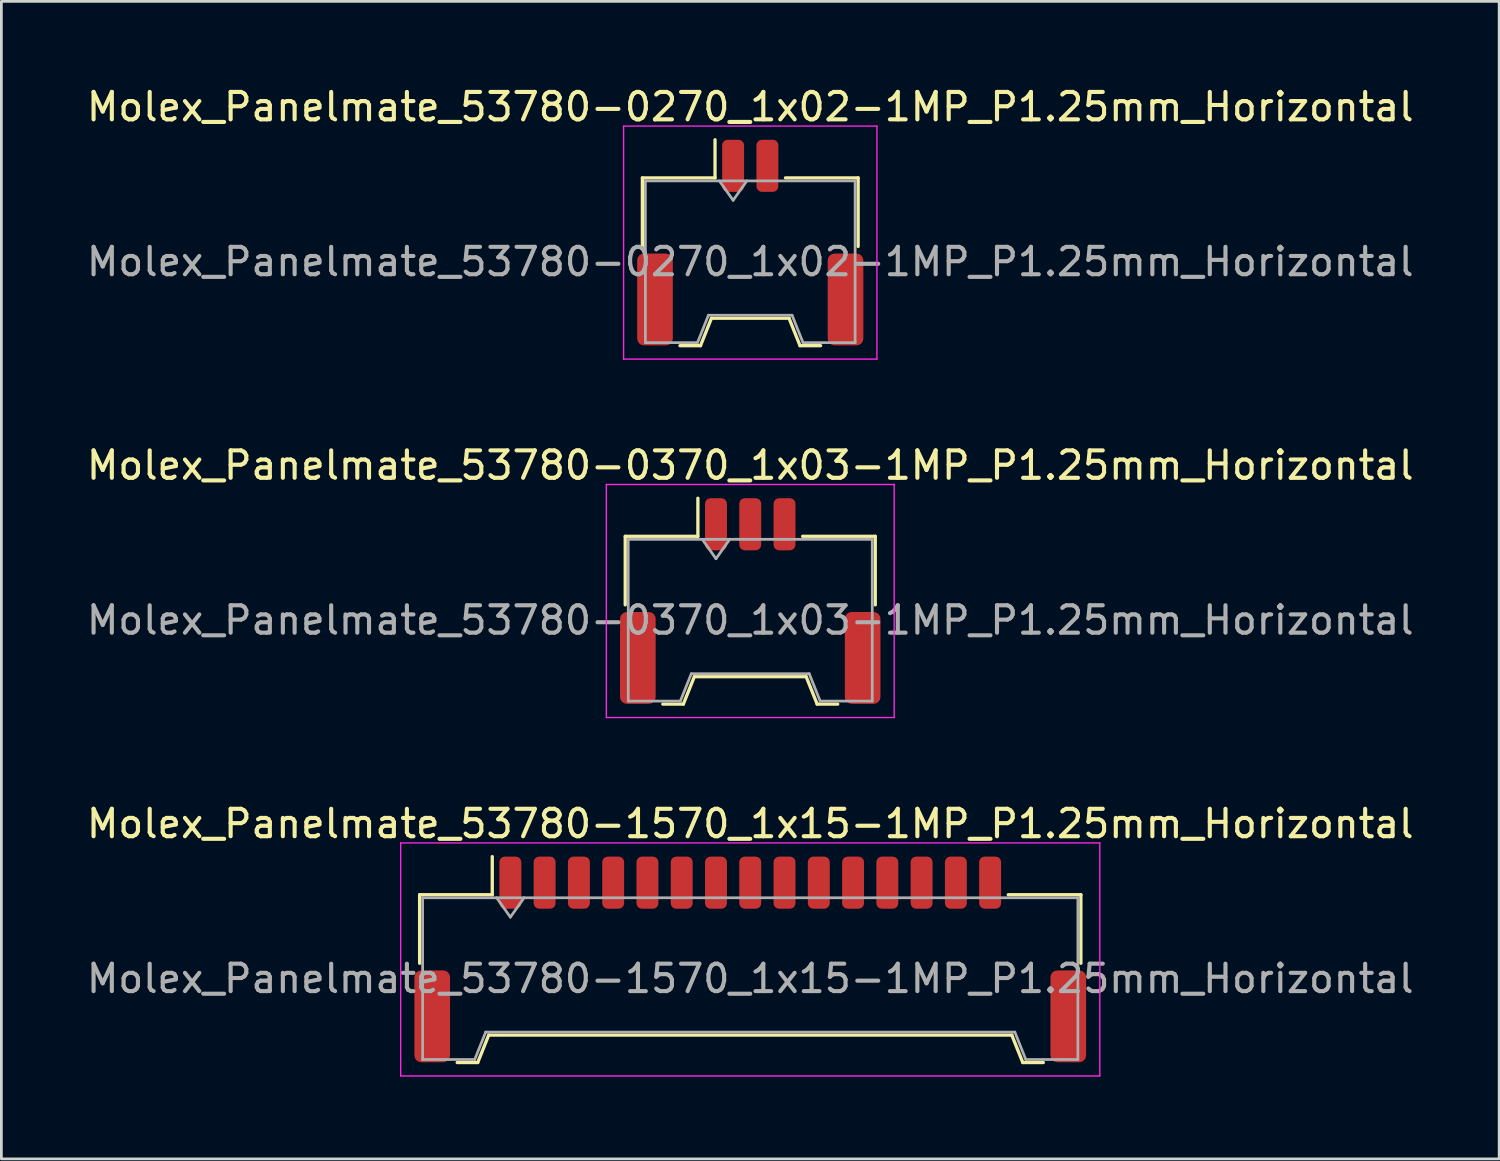
<source format=kicad_pcb>
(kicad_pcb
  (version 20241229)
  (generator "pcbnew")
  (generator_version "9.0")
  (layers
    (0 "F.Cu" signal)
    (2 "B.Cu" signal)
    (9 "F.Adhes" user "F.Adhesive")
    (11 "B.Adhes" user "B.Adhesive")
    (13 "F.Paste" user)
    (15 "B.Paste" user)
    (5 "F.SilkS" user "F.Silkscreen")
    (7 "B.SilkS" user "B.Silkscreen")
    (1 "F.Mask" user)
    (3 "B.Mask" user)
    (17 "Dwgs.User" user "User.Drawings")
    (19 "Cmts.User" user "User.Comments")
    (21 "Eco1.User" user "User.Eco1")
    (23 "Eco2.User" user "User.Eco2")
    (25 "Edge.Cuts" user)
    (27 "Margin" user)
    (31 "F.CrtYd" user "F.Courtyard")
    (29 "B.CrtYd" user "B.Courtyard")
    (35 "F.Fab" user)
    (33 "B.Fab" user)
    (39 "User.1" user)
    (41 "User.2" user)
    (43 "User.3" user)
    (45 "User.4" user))
  (footprint "Molex_Panelmate_53780-0370_1x03-1MP_P1.25mm_Horizontal"
    (layer "F.Cu")
    (at 24.315 18.872)
    (property "Reference" "Molex_Panelmate_53780-0370_1x03-1MP_P1.25mm_Horizontal" (at 0 -4.95 0) (layer "F.SilkS") (effects (font (size 1 1) (thickness 0.15))))
    (attr smd)
    (fp_line (start -4.56 -2.36) (end -1.91 -2.36) (stroke (width 0.12) (type solid)) (layer "F.SilkS"))
    (fp_line (start -4.56 0.14) (end -4.56 -2.36) (stroke (width 0.12) (type solid)) (layer "F.SilkS"))
    (fp_line (start -3.19 3.76) (end -2.44 3.76) (stroke (width 0.12) (type solid)) (layer "F.SilkS"))
    (fp_line (start -2.44 3.76) (end -2.04 2.76) (stroke (width 0.12) (type solid)) (layer "F.SilkS"))
    (fp_line (start -2.04 2.76) (end 2.04 2.76) (stroke (width 0.12) (type solid)) (layer "F.SilkS"))
    (fp_line (start -1.91 -2.36) (end -1.91 -3.75) (stroke (width 0.12) (type solid)) (layer "F.SilkS"))
    (fp_line (start 2.04 2.76) (end 2.44 3.76) (stroke (width 0.12) (type solid)) (layer "F.SilkS"))
    (fp_line (start 2.44 3.76) (end 3.19 3.76) (stroke (width 0.12) (type solid)) (layer "F.SilkS"))
    (fp_line (start 4.56 -2.36) (end 1.91 -2.36) (stroke (width 0.12) (type solid)) (layer "F.SilkS"))
    (fp_line (start 4.56 0.14) (end 4.56 -2.36) (stroke (width 0.12) (type solid)) (layer "F.SilkS"))
    (fp_line (start -5.25 -4.25) (end -5.25 4.25) (stroke (width 0.05) (type solid)) (layer "F.CrtYd"))
    (fp_line (start -5.25 4.25) (end 5.25 4.25) (stroke (width 0.05) (type solid)) (layer "F.CrtYd"))
    (fp_line (start 5.25 -4.25) (end -5.25 -4.25) (stroke (width 0.05) (type solid)) (layer "F.CrtYd"))
    (fp_line (start 5.25 4.25) (end 5.25 -4.25) (stroke (width 0.05) (type solid)) (layer "F.CrtYd"))
    (fp_line (start -4.45 -2.25) (end -4.45 3.65) (stroke (width 0.1) (type solid)) (layer "F.Fab"))
    (fp_line (start -4.45 -2.25) (end 4.45 -2.25) (stroke (width 0.1) (type solid)) (layer "F.Fab"))
    (fp_line (start -4.45 3.65) (end -2.55 3.65) (stroke (width 0.1) (type solid)) (layer "F.Fab"))
    (fp_line (start -2.55 3.65) (end -2.15 2.65) (stroke (width 0.1) (type solid)) (layer "F.Fab"))
    (fp_line (start -2.15 2.65) (end 2.15 2.65) (stroke (width 0.1) (type solid)) (layer "F.Fab"))
    (fp_line (start -1.75 -2.25) (end -1.25 -1.543) (stroke (width 0.1) (type solid)) (layer "F.Fab"))
    (fp_line (start -1.25 -1.543) (end -0.75 -2.25) (stroke (width 0.1) (type solid)) (layer "F.Fab"))
    (fp_line (start 2.15 2.65) (end 2.55 3.65) (stroke (width 0.1) (type solid)) (layer "F.Fab"))
    (fp_line (start 2.55 3.65) (end 4.45 3.65) (stroke (width 0.1) (type solid)) (layer "F.Fab"))
    (fp_line (start 4.45 -2.25) (end 4.45 3.65) (stroke (width 0.1) (type solid)) (layer "F.Fab"))
    (fp_text user "${REFERENCE}" (at 0 0.7 0) (layer "F.Fab") (effects (font (size 1 1) (thickness 0.15))))
    (pad "1" smd roundrect (at -1.25 -2.8) (size 0.8 1.9) (layers "F.Cu" "F.Mask" "F.Paste") (roundrect_rratio 0.25))
    (pad "2" smd roundrect (at 0 -2.8) (size 0.8 1.9) (layers "F.Cu" "F.Mask" "F.Paste") (roundrect_rratio 0.25))
    (pad "3" smd roundrect (at 1.25 -2.8) (size 0.8 1.9) (layers "F.Cu" "F.Mask" "F.Paste") (roundrect_rratio 0.25))
    (pad "MP" smd roundrect (at -4.1 2.075) (size 1.3 3.35) (layers "F.Cu" "F.Mask" "F.Paste") (roundrect_rratio 0.192))
    (pad "MP" smd roundrect (at 4.1 2.075) (size 1.3 3.35) (layers "F.Cu" "F.Mask" "F.Paste") (roundrect_rratio 0.192)))
  (footprint "Molex_Panelmate_53780-1570_1x15-1MP_P1.25mm_Horizontal"
    (layer "F.Cu")
    (at 24.315 31.945)
    (property "Reference" "Molex_Panelmate_53780-1570_1x15-1MP_P1.25mm_Horizontal" (at 0 -4.95 0) (layer "F.SilkS") (effects (font (size 1 1) (thickness 0.15))))
    (attr smd)
    (fp_line (start -12.06 -2.36) (end -9.41 -2.36) (stroke (width 0.12) (type solid)) (layer "F.SilkS"))
    (fp_line (start -12.06 0.14) (end -12.06 -2.36) (stroke (width 0.12) (type solid)) (layer "F.SilkS"))
    (fp_line (start -10.69 3.76) (end -9.94 3.76) (stroke (width 0.12) (type solid)) (layer "F.SilkS"))
    (fp_line (start -9.94 3.76) (end -9.54 2.76) (stroke (width 0.12) (type solid)) (layer "F.SilkS"))
    (fp_line (start -9.54 2.76) (end 9.54 2.76) (stroke (width 0.12) (type solid)) (layer "F.SilkS"))
    (fp_line (start -9.41 -2.36) (end -9.41 -3.75) (stroke (width 0.12) (type solid)) (layer "F.SilkS"))
    (fp_line (start 9.54 2.76) (end 9.94 3.76) (stroke (width 0.12) (type solid)) (layer "F.SilkS"))
    (fp_line (start 9.94 3.76) (end 10.69 3.76) (stroke (width 0.12) (type solid)) (layer "F.SilkS"))
    (fp_line (start 12.06 -2.36) (end 9.41 -2.36) (stroke (width 0.12) (type solid)) (layer "F.SilkS"))
    (fp_line (start 12.06 0.14) (end 12.06 -2.36) (stroke (width 0.12) (type solid)) (layer "F.SilkS"))
    (fp_line (start -12.75 -4.25) (end -12.75 4.25) (stroke (width 0.05) (type solid)) (layer "F.CrtYd"))
    (fp_line (start -12.75 4.25) (end 12.75 4.25) (stroke (width 0.05) (type solid)) (layer "F.CrtYd"))
    (fp_line (start 12.75 -4.25) (end -12.75 -4.25) (stroke (width 0.05) (type solid)) (layer "F.CrtYd"))
    (fp_line (start 12.75 4.25) (end 12.75 -4.25) (stroke (width 0.05) (type solid)) (layer "F.CrtYd"))
    (fp_line (start -11.95 -2.25) (end -11.95 3.65) (stroke (width 0.1) (type solid)) (layer "F.Fab"))
    (fp_line (start -11.95 -2.25) (end 11.95 -2.25) (stroke (width 0.1) (type solid)) (layer "F.Fab"))
    (fp_line (start -11.95 3.65) (end -10.05 3.65) (stroke (width 0.1) (type solid)) (layer "F.Fab"))
    (fp_line (start -10.05 3.65) (end -9.65 2.65) (stroke (width 0.1) (type solid)) (layer "F.Fab"))
    (fp_line (start -9.65 2.65) (end 9.65 2.65) (stroke (width 0.1) (type solid)) (layer "F.Fab"))
    (fp_line (start -9.25 -2.25) (end -8.75 -1.543) (stroke (width 0.1) (type solid)) (layer "F.Fab"))
    (fp_line (start -8.75 -1.543) (end -8.25 -2.25) (stroke (width 0.1) (type solid)) (layer "F.Fab"))
    (fp_line (start 9.65 2.65) (end 10.05 3.65) (stroke (width 0.1) (type solid)) (layer "F.Fab"))
    (fp_line (start 10.05 3.65) (end 11.95 3.65) (stroke (width 0.1) (type solid)) (layer "F.Fab"))
    (fp_line (start 11.95 -2.25) (end 11.95 3.65) (stroke (width 0.1) (type solid)) (layer "F.Fab"))
    (fp_text user "${REFERENCE}" (at 0 0.7 0) (layer "F.Fab") (effects (font (size 1 1) (thickness 0.15))))
    (pad "1" smd roundrect (at -8.75 -2.8) (size 0.8 1.9) (layers "F.Cu" "F.Mask" "F.Paste") (roundrect_rratio 0.25))
    (pad "2" smd roundrect (at -7.5 -2.8) (size 0.8 1.9) (layers "F.Cu" "F.Mask" "F.Paste") (roundrect_rratio 0.25))
    (pad "3" smd roundrect (at -6.25 -2.8) (size 0.8 1.9) (layers "F.Cu" "F.Mask" "F.Paste") (roundrect_rratio 0.25))
    (pad "4" smd roundrect (at -5 -2.8) (size 0.8 1.9) (layers "F.Cu" "F.Mask" "F.Paste") (roundrect_rratio 0.25))
    (pad "5" smd roundrect (at -3.75 -2.8) (size 0.8 1.9) (layers "F.Cu" "F.Mask" "F.Paste") (roundrect_rratio 0.25))
    (pad "6" smd roundrect (at -2.5 -2.8) (size 0.8 1.9) (layers "F.Cu" "F.Mask" "F.Paste") (roundrect_rratio 0.25))
    (pad "7" smd roundrect (at -1.25 -2.8) (size 0.8 1.9) (layers "F.Cu" "F.Mask" "F.Paste") (roundrect_rratio 0.25))
    (pad "8" smd roundrect (at 0 -2.8) (size 0.8 1.9) (layers "F.Cu" "F.Mask" "F.Paste") (roundrect_rratio 0.25))
    (pad "9" smd roundrect (at 1.25 -2.8) (size 0.8 1.9) (layers "F.Cu" "F.Mask" "F.Paste") (roundrect_rratio 0.25))
    (pad "10" smd roundrect (at 2.5 -2.8) (size 0.8 1.9) (layers "F.Cu" "F.Mask" "F.Paste") (roundrect_rratio 0.25))
    (pad "11" smd roundrect (at 3.75 -2.8) (size 0.8 1.9) (layers "F.Cu" "F.Mask" "F.Paste") (roundrect_rratio 0.25))
    (pad "12" smd roundrect (at 5 -2.8) (size 0.8 1.9) (layers "F.Cu" "F.Mask" "F.Paste") (roundrect_rratio 0.25))
    (pad "13" smd roundrect (at 6.25 -2.8) (size 0.8 1.9) (layers "F.Cu" "F.Mask" "F.Paste") (roundrect_rratio 0.25))
    (pad "14" smd roundrect (at 7.5 -2.8) (size 0.8 1.9) (layers "F.Cu" "F.Mask" "F.Paste") (roundrect_rratio 0.25))
    (pad "15" smd roundrect (at 8.75 -2.8) (size 0.8 1.9) (layers "F.Cu" "F.Mask" "F.Paste") (roundrect_rratio 0.25))
    (pad "MP" smd roundrect (at -11.6 2.075) (size 1.3 3.35) (layers "F.Cu" "F.Mask" "F.Paste") (roundrect_rratio 0.192))
    (pad "MP" smd roundrect (at 11.6 2.075) (size 1.3 3.35) (layers "F.Cu" "F.Mask" "F.Paste") (roundrect_rratio 0.192)))
  (footprint "Molex_Panelmate_53780-0270_1x02-1MP_P1.25mm_Horizontal"
    (layer "F.Cu")
    (at 24.315 5.798)
    (property "Reference" "Molex_Panelmate_53780-0270_1x02-1MP_P1.25mm_Horizontal" (at 0 -4.95 0) (layer "F.SilkS") (effects (font (size 1 1) (thickness 0.15))))
    (attr smd)
    (fp_line (start -3.935 -2.36) (end -1.285 -2.36) (stroke (width 0.12) (type solid)) (layer "F.SilkS"))
    (fp_line (start -3.935 0.14) (end -3.935 -2.36) (stroke (width 0.12) (type solid)) (layer "F.SilkS"))
    (fp_line (start -2.565 3.76) (end -1.815 3.76) (stroke (width 0.12) (type solid)) (layer "F.SilkS"))
    (fp_line (start -1.815 3.76) (end -1.415 2.76) (stroke (width 0.12) (type solid)) (layer "F.SilkS"))
    (fp_line (start -1.415 2.76) (end 1.415 2.76) (stroke (width 0.12) (type solid)) (layer "F.SilkS"))
    (fp_line (start -1.285 -2.36) (end -1.285 -3.75) (stroke (width 0.12) (type solid)) (layer "F.SilkS"))
    (fp_line (start 1.415 2.76) (end 1.815 3.76) (stroke (width 0.12) (type solid)) (layer "F.SilkS"))
    (fp_line (start 1.815 3.76) (end 2.565 3.76) (stroke (width 0.12) (type solid)) (layer "F.SilkS"))
    (fp_line (start 3.935 -2.36) (end 1.285 -2.36) (stroke (width 0.12) (type solid)) (layer "F.SilkS"))
    (fp_line (start 3.935 0.14) (end 3.935 -2.36) (stroke (width 0.12) (type solid)) (layer "F.SilkS"))
    (fp_line (start -4.62 -4.25) (end -4.62 4.25) (stroke (width 0.05) (type solid)) (layer "F.CrtYd"))
    (fp_line (start -4.62 4.25) (end 4.62 4.25) (stroke (width 0.05) (type solid)) (layer "F.CrtYd"))
    (fp_line (start 4.62 -4.25) (end -4.62 -4.25) (stroke (width 0.05) (type solid)) (layer "F.CrtYd"))
    (fp_line (start 4.62 4.25) (end 4.62 -4.25) (stroke (width 0.05) (type solid)) (layer "F.CrtYd"))
    (fp_line (start -3.825 -2.25) (end -3.825 3.65) (stroke (width 0.1) (type solid)) (layer "F.Fab"))
    (fp_line (start -3.825 -2.25) (end 3.825 -2.25) (stroke (width 0.1) (type solid)) (layer "F.Fab"))
    (fp_line (start -3.825 3.65) (end -1.925 3.65) (stroke (width 0.1) (type solid)) (layer "F.Fab"))
    (fp_line (start -1.925 3.65) (end -1.525 2.65) (stroke (width 0.1) (type solid)) (layer "F.Fab"))
    (fp_line (start -1.525 2.65) (end 1.525 2.65) (stroke (width 0.1) (type solid)) (layer "F.Fab"))
    (fp_line (start -1.125 -2.25) (end -0.625 -1.543) (stroke (width 0.1) (type solid)) (layer "F.Fab"))
    (fp_line (start -0.625 -1.543) (end -0.125 -2.25) (stroke (width 0.1) (type solid)) (layer "F.Fab"))
    (fp_line (start 1.525 2.65) (end 1.925 3.65) (stroke (width 0.1) (type solid)) (layer "F.Fab"))
    (fp_line (start 1.925 3.65) (end 3.825 3.65) (stroke (width 0.1) (type solid)) (layer "F.Fab"))
    (fp_line (start 3.825 -2.25) (end 3.825 3.65) (stroke (width 0.1) (type solid)) (layer "F.Fab"))
    (fp_text user "${REFERENCE}" (at 0 0.7 0) (layer "F.Fab") (effects (font (size 1 1) (thickness 0.15))))
    (pad "1" smd roundrect (at -0.625 -2.8) (size 0.8 1.9) (layers "F.Cu" "F.Mask" "F.Paste") (roundrect_rratio 0.25))
    (pad "2" smd roundrect (at 0.625 -2.8) (size 0.8 1.9) (layers "F.Cu" "F.Mask" "F.Paste") (roundrect_rratio 0.25))
    (pad "MP" smd roundrect (at -3.475 2.075) (size 1.3 3.35) (layers "F.Cu" "F.Mask" "F.Paste") (roundrect_rratio 0.192))
    (pad "MP" smd roundrect (at 3.475 2.075) (size 1.3 3.35) (layers "F.Cu" "F.Mask" "F.Paste") (roundrect_rratio 0.192)))
  (gr_rect
    (start -3 -3)
    (end 51.631 39.22)
    (stroke (width 0.1) (type default))
    (fill no)
    (layer "Edge.Cuts")))
</source>
